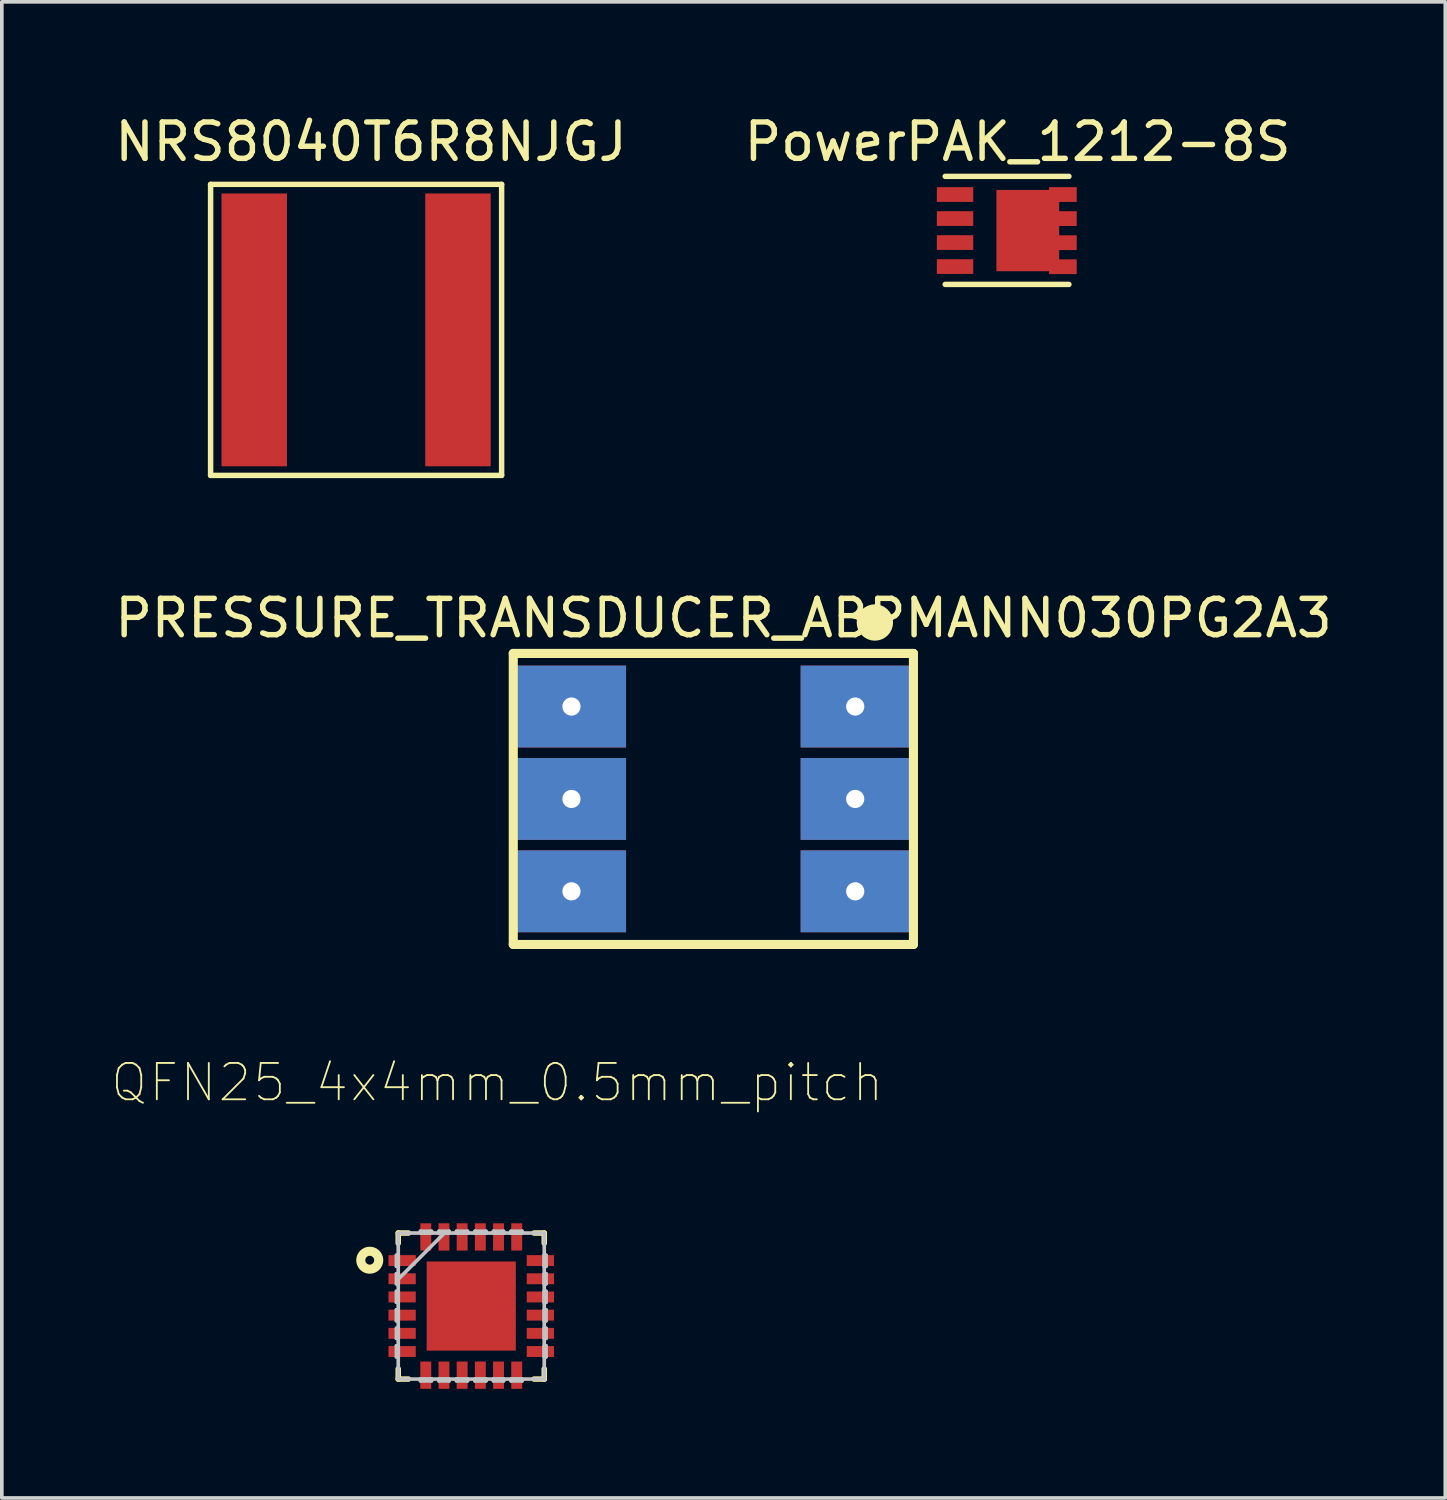
<source format=kicad_pcb>
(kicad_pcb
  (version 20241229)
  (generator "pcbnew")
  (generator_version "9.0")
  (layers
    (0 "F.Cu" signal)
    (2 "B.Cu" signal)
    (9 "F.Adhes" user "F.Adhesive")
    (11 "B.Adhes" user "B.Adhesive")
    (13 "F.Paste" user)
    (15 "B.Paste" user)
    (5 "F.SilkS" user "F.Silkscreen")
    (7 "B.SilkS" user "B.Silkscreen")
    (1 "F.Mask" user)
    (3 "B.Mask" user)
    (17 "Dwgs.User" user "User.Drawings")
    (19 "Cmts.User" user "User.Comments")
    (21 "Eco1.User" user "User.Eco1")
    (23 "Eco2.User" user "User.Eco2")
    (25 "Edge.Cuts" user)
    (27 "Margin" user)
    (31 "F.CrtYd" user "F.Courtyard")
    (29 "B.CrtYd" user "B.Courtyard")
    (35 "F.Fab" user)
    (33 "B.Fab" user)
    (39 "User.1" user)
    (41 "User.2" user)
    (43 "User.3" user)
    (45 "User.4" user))
  (footprint "PRESSURE_TRANSDUCER_ABPMANN030PG2A3"
    (layer "F.Cu")
    (at 16.559 18.912)
    (property "Reference" "PRESSURE_TRANSDUCER_ABPMANN030PG2A3" (at 0.28 -4.97 0) (layer "F.SilkS") (effects (font (size 1 1) (thickness 0.15))))
    (attr through_hole)
    (fp_line (start -5.5 -4) (end -5.5 4) (stroke (width 0.25) (type solid)) (layer "F.SilkS"))
    (fp_line (start -5.5 -4) (end 5.5 -4) (stroke (width 0.25) (type solid)) (layer "F.SilkS"))
    (fp_line (start -5.5 4) (end 5.5 4) (stroke (width 0.25) (type solid)) (layer "F.SilkS"))
    (fp_line (start 5.5 -4) (end 5.5 4) (stroke (width 0.25) (type solid)) (layer "F.SilkS"))
    (fp_circle (center 4.44 -4.85) (end 4.44 -5.1) (stroke (width 0.5) (type solid)) (fill no) (layer "F.SilkS"))
    (pad "1" thru_hole rect (at 3.9 -2.54) (size 3 2.25) (drill 0.5) (layers "*.Cu" "*.Mask"))
    (pad "2" thru_hole rect (at 3.9 0) (size 3 2.25) (drill 0.5) (layers "*.Cu" "*.Mask"))
    (pad "3" thru_hole rect (at 3.9 2.54) (size 3 2.25) (drill 0.5) (layers "*.Cu" "*.Mask"))
    (pad "4" thru_hole rect (at -3.9 2.54) (size 3 2.25) (drill 0.5) (layers "*.Cu" "*.Mask"))
    (pad "5" thru_hole rect (at -3.9 0) (size 3 2.25) (drill 0.5) (layers "*.Cu" "*.Mask"))
    (pad "6" thru_hole rect (at -3.9 -2.54) (size 3 2.25) (drill 0.5) (layers "*.Cu" "*.Mask")))
  (footprint "QFN25_4x4mm_0.5mm_pitch"
    (layer "F.Cu")
    (at 9.904 32.852)
    (property "Reference" "QFN25_4x4mm_0.5mm_pitch" (at 0.714 -6.143 0) (layer "F.SilkS") (effects (font (size 1 1) (thickness 0.05))))
    (attr smd)
    (fp_line (start -2.007 -2.007) (end -2.007 -1.727) (stroke (width 0.152) (type solid)) (layer "F.SilkS"))
    (fp_line (start -2.007 1.727) (end -2.007 2.007) (stroke (width 0.152) (type solid)) (layer "F.SilkS"))
    (fp_line (start -2.007 2.007) (end -1.727 2.007) (stroke (width 0.152) (type solid)) (layer "F.SilkS"))
    (fp_line (start -1.727 -2.007) (end -2.007 -2.007) (stroke (width 0.152) (type solid)) (layer "F.SilkS"))
    (fp_line (start 1.727 2.007) (end 2.007 2.007) (stroke (width 0.152) (type solid)) (layer "F.SilkS"))
    (fp_line (start 2.007 -2.007) (end 1.727 -2.007) (stroke (width 0.152) (type solid)) (layer "F.SilkS"))
    (fp_line (start 2.007 -1.727) (end 2.007 -2.007) (stroke (width 0.152) (type solid)) (layer "F.SilkS"))
    (fp_line (start 2.007 2.007) (end 2.007 1.727) (stroke (width 0.152) (type solid)) (layer "F.SilkS"))
    (fp_circle (center -2.79 -1.26) (end -2.77 -1.38) (stroke (width 0.25) (type solid)) (fill no) (layer "F.SilkS"))
    (fp_line (start -2.057 -1.397) (end -2.057 -1.092) (stroke (width 0.1) (type solid)) (layer "Dwgs.User"))
    (fp_line (start -2.057 -1.092) (end -2.007 -1.092) (stroke (width 0.1) (type solid)) (layer "Dwgs.User"))
    (fp_line (start -2.057 -0.889) (end -2.057 -0.61) (stroke (width 0.1) (type solid)) (layer "Dwgs.User"))
    (fp_line (start -2.057 -0.61) (end -2.007 -0.61) (stroke (width 0.1) (type solid)) (layer "Dwgs.User"))
    (fp_line (start -2.057 -0.406) (end -2.057 -0.102) (stroke (width 0.1) (type solid)) (layer "Dwgs.User"))
    (fp_line (start -2.057 -0.102) (end -2.007 -0.102) (stroke (width 0.1) (type solid)) (layer "Dwgs.User"))
    (fp_line (start -2.057 0.102) (end -2.057 0.406) (stroke (width 0.1) (type solid)) (layer "Dwgs.User"))
    (fp_line (start -2.057 0.406) (end -2.007 0.406) (stroke (width 0.1) (type solid)) (layer "Dwgs.User"))
    (fp_line (start -2.057 0.61) (end -2.057 0.889) (stroke (width 0.1) (type solid)) (layer "Dwgs.User"))
    (fp_line (start -2.057 0.889) (end -2.007 0.889) (stroke (width 0.1) (type solid)) (layer "Dwgs.User"))
    (fp_line (start -2.057 1.092) (end -2.057 1.397) (stroke (width 0.1) (type solid)) (layer "Dwgs.User"))
    (fp_line (start -2.057 1.397) (end -2.007 1.397) (stroke (width 0.1) (type solid)) (layer "Dwgs.User"))
    (fp_line (start -2.007 -2.007) (end -2.007 2.007) (stroke (width 0.1) (type solid)) (layer "Dwgs.User"))
    (fp_line (start -2.007 -1.397) (end -2.057 -1.397) (stroke (width 0.1) (type solid)) (layer "Dwgs.User"))
    (fp_line (start -2.007 -1.092) (end -2.007 -1.397) (stroke (width 0.1) (type solid)) (layer "Dwgs.User"))
    (fp_line (start -2.007 -0.889) (end -2.057 -0.889) (stroke (width 0.1) (type solid)) (layer "Dwgs.User"))
    (fp_line (start -2.007 -0.737) (end -0.737 -2.007) (stroke (width 0.1) (type solid)) (layer "Dwgs.User"))
    (fp_line (start -2.007 -0.61) (end -2.007 -0.889) (stroke (width 0.1) (type solid)) (layer "Dwgs.User"))
    (fp_line (start -2.007 -0.406) (end -2.057 -0.406) (stroke (width 0.1) (type solid)) (layer "Dwgs.User"))
    (fp_line (start -2.007 -0.102) (end -2.007 -0.406) (stroke (width 0.1) (type solid)) (layer "Dwgs.User"))
    (fp_line (start -2.007 0.102) (end -2.057 0.102) (stroke (width 0.1) (type solid)) (layer "Dwgs.User"))
    (fp_line (start -2.007 0.406) (end -2.007 0.102) (stroke (width 0.1) (type solid)) (layer "Dwgs.User"))
    (fp_line (start -2.007 0.61) (end -2.057 0.61) (stroke (width 0.1) (type solid)) (layer "Dwgs.User"))
    (fp_line (start -2.007 0.889) (end -2.007 0.61) (stroke (width 0.1) (type solid)) (layer "Dwgs.User"))
    (fp_line (start -2.007 1.092) (end -2.057 1.092) (stroke (width 0.1) (type solid)) (layer "Dwgs.User"))
    (fp_line (start -2.007 1.397) (end -2.007 1.092) (stroke (width 0.1) (type solid)) (layer "Dwgs.User"))
    (fp_line (start -2.007 2.007) (end 2.007 2.007) (stroke (width 0.1) (type solid)) (layer "Dwgs.User"))
    (fp_line (start -1.397 -2.057) (end -1.397 -2.007) (stroke (width 0.1) (type solid)) (layer "Dwgs.User"))
    (fp_line (start -1.397 -2.007) (end -1.092 -2.007) (stroke (width 0.1) (type solid)) (layer "Dwgs.User"))
    (fp_line (start -1.397 2.007) (end -1.397 2.057) (stroke (width 0.1) (type solid)) (layer "Dwgs.User"))
    (fp_line (start -1.397 2.057) (end -1.092 2.057) (stroke (width 0.1) (type solid)) (layer "Dwgs.User"))
    (fp_line (start -1.092 -2.057) (end -1.397 -2.057) (stroke (width 0.1) (type solid)) (layer "Dwgs.User"))
    (fp_line (start -1.092 -2.007) (end -1.092 -2.057) (stroke (width 0.1) (type solid)) (layer "Dwgs.User"))
    (fp_line (start -1.092 2.007) (end -1.397 2.007) (stroke (width 0.1) (type solid)) (layer "Dwgs.User"))
    (fp_line (start -1.092 2.057) (end -1.092 2.007) (stroke (width 0.1) (type solid)) (layer "Dwgs.User"))
    (fp_line (start -0.889 -2.057) (end -0.889 -2.007) (stroke (width 0.1) (type solid)) (layer "Dwgs.User"))
    (fp_line (start -0.889 -2.007) (end -0.61 -2.007) (stroke (width 0.1) (type solid)) (layer "Dwgs.User"))
    (fp_line (start -0.889 2.007) (end -0.889 2.057) (stroke (width 0.1) (type solid)) (layer "Dwgs.User"))
    (fp_line (start -0.889 2.057) (end -0.61 2.057) (stroke (width 0.1) (type solid)) (layer "Dwgs.User"))
    (fp_line (start -0.61 -2.057) (end -0.889 -2.057) (stroke (width 0.1) (type solid)) (layer "Dwgs.User"))
    (fp_line (start -0.61 -2.007) (end -0.61 -2.057) (stroke (width 0.1) (type solid)) (layer "Dwgs.User"))
    (fp_line (start -0.61 2.007) (end -0.889 2.007) (stroke (width 0.1) (type solid)) (layer "Dwgs.User"))
    (fp_line (start -0.61 2.057) (end -0.61 2.007) (stroke (width 0.1) (type solid)) (layer "Dwgs.User"))
    (fp_line (start -0.406 -2.057) (end -0.406 -2.007) (stroke (width 0.1) (type solid)) (layer "Dwgs.User"))
    (fp_line (start -0.406 -2.007) (end -0.102 -2.007) (stroke (width 0.1) (type solid)) (layer "Dwgs.User"))
    (fp_line (start -0.406 2.007) (end -0.406 2.057) (stroke (width 0.1) (type solid)) (layer "Dwgs.User"))
    (fp_line (start -0.406 2.057) (end -0.102 2.057) (stroke (width 0.1) (type solid)) (layer "Dwgs.User"))
    (fp_line (start -0.102 -2.057) (end -0.406 -2.057) (stroke (width 0.1) (type solid)) (layer "Dwgs.User"))
    (fp_line (start -0.102 -2.007) (end -0.102 -2.057) (stroke (width 0.1) (type solid)) (layer "Dwgs.User"))
    (fp_line (start -0.102 2.007) (end -0.406 2.007) (stroke (width 0.1) (type solid)) (layer "Dwgs.User"))
    (fp_line (start -0.102 2.057) (end -0.102 2.007) (stroke (width 0.1) (type solid)) (layer "Dwgs.User"))
    (fp_line (start 0.102 -2.057) (end 0.102 -2.007) (stroke (width 0.1) (type solid)) (layer "Dwgs.User"))
    (fp_line (start 0.102 -2.007) (end 0.406 -2.007) (stroke (width 0.1) (type solid)) (layer "Dwgs.User"))
    (fp_line (start 0.102 2.007) (end 0.102 2.057) (stroke (width 0.1) (type solid)) (layer "Dwgs.User"))
    (fp_line (start 0.102 2.057) (end 0.406 2.057) (stroke (width 0.1) (type solid)) (layer "Dwgs.User"))
    (fp_line (start 0.406 -2.057) (end 0.102 -2.057) (stroke (width 0.1) (type solid)) (layer "Dwgs.User"))
    (fp_line (start 0.406 -2.007) (end 0.406 -2.057) (stroke (width 0.1) (type solid)) (layer "Dwgs.User"))
    (fp_line (start 0.406 2.007) (end 0.102 2.007) (stroke (width 0.1) (type solid)) (layer "Dwgs.User"))
    (fp_line (start 0.406 2.057) (end 0.406 2.007) (stroke (width 0.1) (type solid)) (layer "Dwgs.User"))
    (fp_line (start 0.61 -2.057) (end 0.61 -2.007) (stroke (width 0.1) (type solid)) (layer "Dwgs.User"))
    (fp_line (start 0.61 -2.007) (end 0.889 -2.007) (stroke (width 0.1) (type solid)) (layer "Dwgs.User"))
    (fp_line (start 0.61 2.007) (end 0.61 2.057) (stroke (width 0.1) (type solid)) (layer "Dwgs.User"))
    (fp_line (start 0.61 2.057) (end 0.889 2.057) (stroke (width 0.1) (type solid)) (layer "Dwgs.User"))
    (fp_line (start 0.889 -2.057) (end 0.61 -2.057) (stroke (width 0.1) (type solid)) (layer "Dwgs.User"))
    (fp_line (start 0.889 -2.007) (end 0.889 -2.057) (stroke (width 0.1) (type solid)) (layer "Dwgs.User"))
    (fp_line (start 0.889 2.007) (end 0.61 2.007) (stroke (width 0.1) (type solid)) (layer "Dwgs.User"))
    (fp_line (start 0.889 2.057) (end 0.889 2.007) (stroke (width 0.1) (type solid)) (layer "Dwgs.User"))
    (fp_line (start 1.092 -2.057) (end 1.092 -2.007) (stroke (width 0.1) (type solid)) (layer "Dwgs.User"))
    (fp_line (start 1.092 -2.007) (end 1.397 -2.007) (stroke (width 0.1) (type solid)) (layer "Dwgs.User"))
    (fp_line (start 1.092 2.007) (end 1.092 2.057) (stroke (width 0.1) (type solid)) (layer "Dwgs.User"))
    (fp_line (start 1.092 2.057) (end 1.397 2.057) (stroke (width 0.1) (type solid)) (layer "Dwgs.User"))
    (fp_line (start 1.397 -2.057) (end 1.092 -2.057) (stroke (width 0.1) (type solid)) (layer "Dwgs.User"))
    (fp_line (start 1.397 -2.007) (end 1.397 -2.057) (stroke (width 0.1) (type solid)) (layer "Dwgs.User"))
    (fp_line (start 1.397 2.007) (end 1.092 2.007) (stroke (width 0.1) (type solid)) (layer "Dwgs.User"))
    (fp_line (start 1.397 2.057) (end 1.397 2.007) (stroke (width 0.1) (type solid)) (layer "Dwgs.User"))
    (fp_line (start 2.007 -2.007) (end -2.007 -2.007) (stroke (width 0.1) (type solid)) (layer "Dwgs.User"))
    (fp_line (start 2.007 -1.397) (end 2.007 -1.092) (stroke (width 0.1) (type solid)) (layer "Dwgs.User"))
    (fp_line (start 2.007 -1.092) (end 2.057 -1.092) (stroke (width 0.1) (type solid)) (layer "Dwgs.User"))
    (fp_line (start 2.007 -0.889) (end 2.007 -0.61) (stroke (width 0.1) (type solid)) (layer "Dwgs.User"))
    (fp_line (start 2.007 -0.61) (end 2.057 -0.61) (stroke (width 0.1) (type solid)) (layer "Dwgs.User"))
    (fp_line (start 2.007 -0.406) (end 2.007 -0.102) (stroke (width 0.1) (type solid)) (layer "Dwgs.User"))
    (fp_line (start 2.007 -0.102) (end 2.057 -0.102) (stroke (width 0.1) (type solid)) (layer "Dwgs.User"))
    (fp_line (start 2.007 0.102) (end 2.007 0.406) (stroke (width 0.1) (type solid)) (layer "Dwgs.User"))
    (fp_line (start 2.007 0.406) (end 2.057 0.406) (stroke (width 0.1) (type solid)) (layer "Dwgs.User"))
    (fp_line (start 2.007 0.61) (end 2.007 0.889) (stroke (width 0.1) (type solid)) (layer "Dwgs.User"))
    (fp_line (start 2.007 0.889) (end 2.057 0.889) (stroke (width 0.1) (type solid)) (layer "Dwgs.User"))
    (fp_line (start 2.007 1.092) (end 2.007 1.397) (stroke (width 0.1) (type solid)) (layer "Dwgs.User"))
    (fp_line (start 2.007 1.397) (end 2.057 1.397) (stroke (width 0.1) (type solid)) (layer "Dwgs.User"))
    (fp_line (start 2.007 2.007) (end 2.007 -2.007) (stroke (width 0.1) (type solid)) (layer "Dwgs.User"))
    (fp_line (start 2.057 -1.397) (end 2.007 -1.397) (stroke (width 0.1) (type solid)) (layer "Dwgs.User"))
    (fp_line (start 2.057 -1.092) (end 2.057 -1.397) (stroke (width 0.1) (type solid)) (layer "Dwgs.User"))
    (fp_line (start 2.057 -0.889) (end 2.007 -0.889) (stroke (width 0.1) (type solid)) (layer "Dwgs.User"))
    (fp_line (start 2.057 -0.61) (end 2.057 -0.889) (stroke (width 0.1) (type solid)) (layer "Dwgs.User"))
    (fp_line (start 2.057 -0.406) (end 2.007 -0.406) (stroke (width 0.1) (type solid)) (layer "Dwgs.User"))
    (fp_line (start 2.057 -0.102) (end 2.057 -0.406) (stroke (width 0.1) (type solid)) (layer "Dwgs.User"))
    (fp_line (start 2.057 0.102) (end 2.007 0.102) (stroke (width 0.1) (type solid)) (layer "Dwgs.User"))
    (fp_line (start 2.057 0.406) (end 2.057 0.102) (stroke (width 0.1) (type solid)) (layer "Dwgs.User"))
    (fp_line (start 2.057 0.61) (end 2.007 0.61) (stroke (width 0.1) (type solid)) (layer "Dwgs.User"))
    (fp_line (start 2.057 0.889) (end 2.057 0.61) (stroke (width 0.1) (type solid)) (layer "Dwgs.User"))
    (fp_line (start 2.057 1.092) (end 2.007 1.092) (stroke (width 0.1) (type solid)) (layer "Dwgs.User"))
    (fp_line (start 2.057 1.397) (end 2.057 1.092) (stroke (width 0.1) (type solid)) (layer "Dwgs.User"))
    (pad "1" smd rect (at -1.9 -1.25 270) (size 0.3 0.75) (layers "F.Cu" "F.Mask" "F.Paste"))
    (pad "2" smd rect (at -1.9 -0.75 270) (size 0.3 0.75) (layers "F.Cu" "F.Mask" "F.Paste"))
    (pad "3" smd rect (at -1.9 -0.25 270) (size 0.3 0.75) (layers "F.Cu" "F.Mask" "F.Paste"))
    (pad "4" smd rect (at -1.9 0.25 270) (size 0.3 0.75) (layers "F.Cu" "F.Mask" "F.Paste"))
    (pad "5" smd rect (at -1.9 0.75 270) (size 0.3 0.75) (layers "F.Cu" "F.Mask" "F.Paste"))
    (pad "6" smd rect (at -1.9 1.25 270) (size 0.3 0.75) (layers "F.Cu" "F.Mask" "F.Paste"))
    (pad "7" smd rect (at -1.25 1.9 180) (size 0.3 0.75) (layers "F.Cu" "F.Mask" "F.Paste"))
    (pad "8" smd rect (at -0.75 1.9 180) (size 0.3 0.75) (layers "F.Cu" "F.Mask" "F.Paste"))
    (pad "9" smd rect (at -0.25 1.9 180) (size 0.3 0.75) (layers "F.Cu" "F.Mask" "F.Paste"))
    (pad "10" smd rect (at 0.25 1.9 180) (size 0.3 0.75) (layers "F.Cu" "F.Mask" "F.Paste"))
    (pad "11" smd rect (at 0.75 1.9 180) (size 0.3 0.75) (layers "F.Cu" "F.Mask" "F.Paste"))
    (pad "12" smd rect (at 1.25 1.9 180) (size 0.3 0.75) (layers "F.Cu" "F.Mask" "F.Paste"))
    (pad "13" smd rect (at 1.9 1.25 270) (size 0.3 0.75) (layers "F.Cu" "F.Mask" "F.Paste"))
    (pad "14" smd rect (at 1.9 0.75 270) (size 0.3 0.75) (layers "F.Cu" "F.Mask" "F.Paste"))
    (pad "15" smd rect (at 1.9 0.25 270) (size 0.3 0.75) (layers "F.Cu" "F.Mask" "F.Paste"))
    (pad "16" smd rect (at 1.9 -0.25 270) (size 0.3 0.75) (layers "F.Cu" "F.Mask" "F.Paste"))
    (pad "17" smd rect (at 1.9 -0.75 270) (size 0.3 0.75) (layers "F.Cu" "F.Mask" "F.Paste"))
    (pad "18" smd rect (at 1.9 -1.25 270) (size 0.3 0.75) (layers "F.Cu" "F.Mask" "F.Paste"))
    (pad "19" smd rect (at 1.25 -1.9 180) (size 0.3 0.75) (layers "F.Cu" "F.Mask" "F.Paste"))
    (pad "20" smd rect (at 0.75 -1.9 180) (size 0.3 0.75) (layers "F.Cu" "F.Mask" "F.Paste"))
    (pad "21" smd rect (at 0.25 -1.9 180) (size 0.3 0.75) (layers "F.Cu" "F.Mask" "F.Paste"))
    (pad "22" smd rect (at -0.25 -1.9 180) (size 0.3 0.75) (layers "F.Cu" "F.Mask" "F.Paste"))
    (pad "23" smd rect (at -0.75 -1.9 180) (size 0.3 0.75) (layers "F.Cu" "F.Mask" "F.Paste"))
    (pad "24" smd rect (at -1.25 -1.9 180) (size 0.3 0.75) (layers "F.Cu" "F.Mask" "F.Paste"))
    (pad "25" smd rect (at 0 0) (size 2.45 2.45) (layers "F.Cu" "F.Mask" "F.Paste")))
  (footprint "NRS8040T6R8NJGJ"
    (layer "F.Cu")
    (at 3.939 6.018)
    (property "Reference" "NRS8040T6R8NJGJ" (at 3.21 -5.17 0) (layer "F.SilkS") (effects (font (size 1 1) (thickness 0.15))))
    (attr through_hole)
    (fp_line (start -1.2 -4) (end -1.2 4) (stroke (width 0.15) (type solid)) (layer "F.SilkS"))
    (fp_line (start -1.2 -4) (end 6.8 -4) (stroke (width 0.15) (type solid)) (layer "F.SilkS"))
    (fp_line (start -1.2 4) (end 6.8 4) (stroke (width 0.15) (type solid)) (layer "F.SilkS"))
    (fp_line (start 6.8 4) (end 6.8 -4) (stroke (width 0.15) (type solid)) (layer "F.SilkS"))
    (pad "1" smd rect (at 0 0) (size 1.8 7.5) (layers "F.Cu" "F.Mask" "F.Paste"))
    (pad "2" smd rect (at 5.6 0) (size 1.8 7.5) (layers "F.Cu" "F.Mask" "F.Paste")))
  (footprint "PowerPAK_1212-8S"
    (layer "F.Cu")
    (at 23.203 2.298)
    (property "Reference" "PowerPAK_1212-8S" (at 1.72 -1.45 0) (layer "F.SilkS") (effects (font (size 1 1) (thickness 0.15))))
    (attr through_hole)
    (fp_line (start -0.27 -0.5) (end 3.13 -0.5) (stroke (width 0.15) (type solid)) (layer "F.SilkS"))
    (fp_line (start -0.27 2.47) (end 3.13 2.47) (stroke (width 0.15) (type solid)) (layer "F.SilkS"))
    (pad "1" smd rect (at 0 1.98) (size 1 0.405) (layers "F.Cu" "F.Mask" "F.Paste"))
    (pad "2" smd rect (at 0 0) (size 1 0.405) (layers "F.Cu" "F.Mask" "F.Paste"))
    (pad "2" smd rect (at 0 0.66) (size 1 0.405) (layers "F.Cu" "F.Mask" "F.Paste"))
    (pad "2" smd rect (at 0 1.32) (size 1 0.405) (layers "F.Cu" "F.Mask" "F.Paste"))
    (pad "3" smd rect (at 2 0.99) (size 1.725 2.235) (layers "F.Cu" "F.Mask" "F.Paste"))
    (pad "3" smd rect (at 2.965 0) (size 0.76 0.406) (layers "F.Cu" "F.Mask" "F.Paste"))
    (pad "3" smd rect (at 2.965 0.661) (size 0.76 0.406) (layers "F.Cu" "F.Mask" "F.Paste"))
    (pad "3" smd rect (at 2.965 1.323) (size 0.76 0.406) (layers "F.Cu" "F.Mask" "F.Paste"))
    (pad "3" smd rect (at 2.965 1.984) (size 0.76 0.406) (layers "F.Cu" "F.Mask" "F.Paste")))
  (gr_rect
    (start -3 -3)
    (end 36.679 38.127)
    (stroke (width 0.1) (type default))
    (fill no)
    (layer "Edge.Cuts")))
</source>
